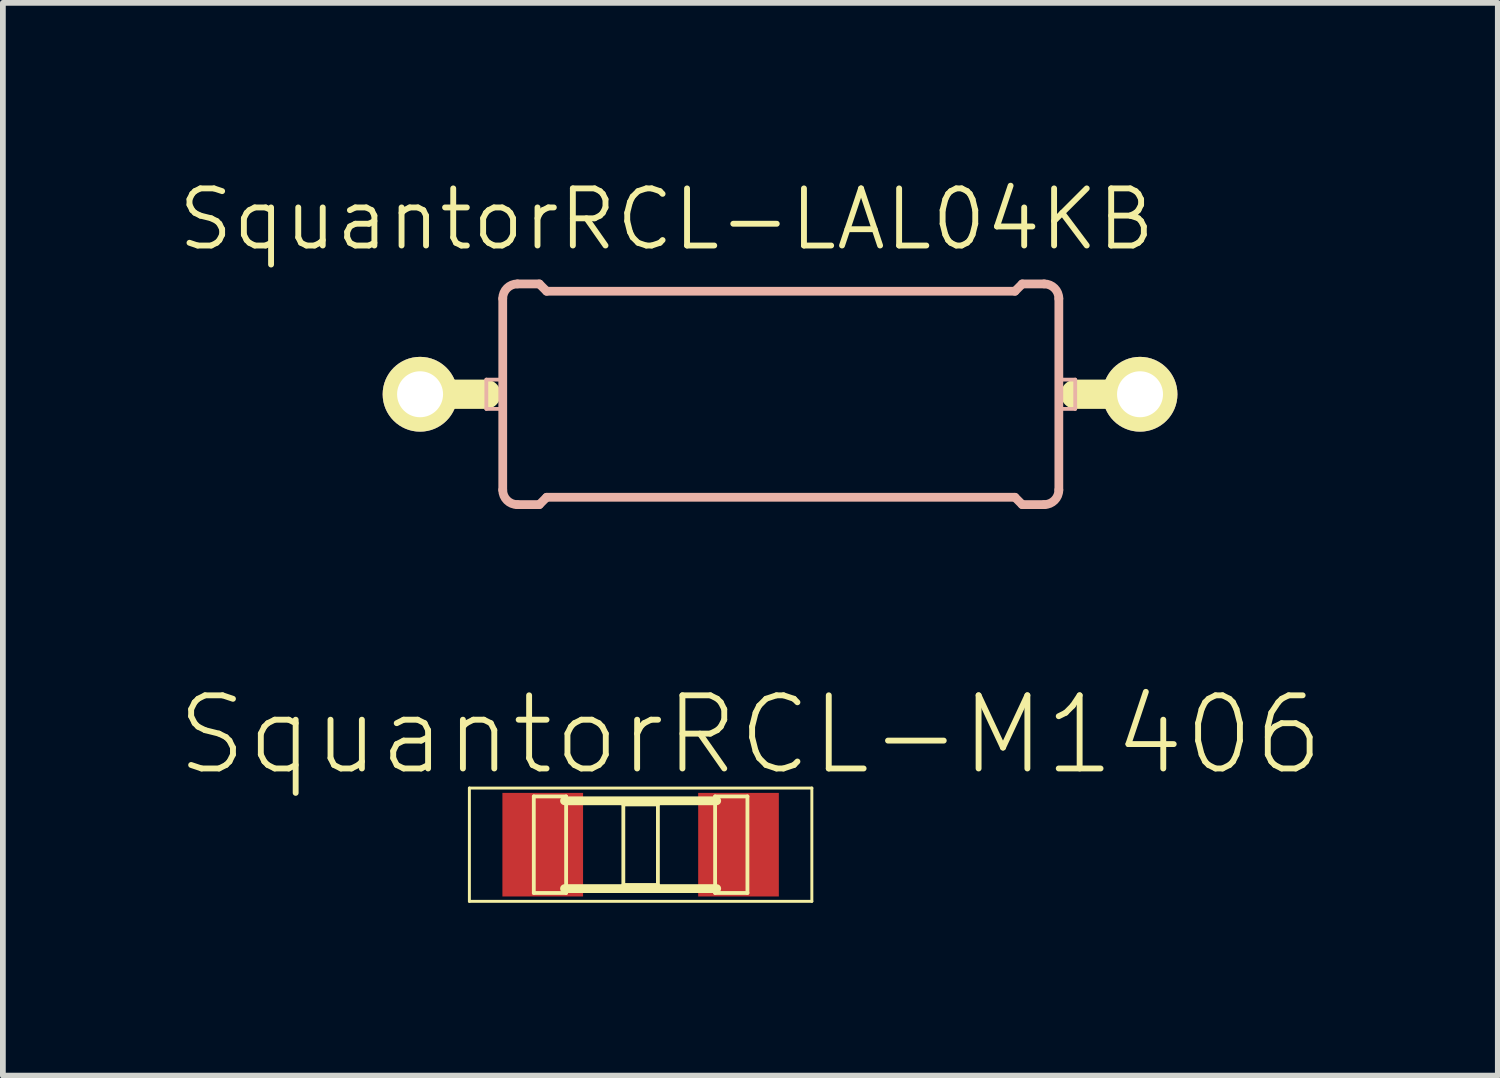
<source format=kicad_pcb>
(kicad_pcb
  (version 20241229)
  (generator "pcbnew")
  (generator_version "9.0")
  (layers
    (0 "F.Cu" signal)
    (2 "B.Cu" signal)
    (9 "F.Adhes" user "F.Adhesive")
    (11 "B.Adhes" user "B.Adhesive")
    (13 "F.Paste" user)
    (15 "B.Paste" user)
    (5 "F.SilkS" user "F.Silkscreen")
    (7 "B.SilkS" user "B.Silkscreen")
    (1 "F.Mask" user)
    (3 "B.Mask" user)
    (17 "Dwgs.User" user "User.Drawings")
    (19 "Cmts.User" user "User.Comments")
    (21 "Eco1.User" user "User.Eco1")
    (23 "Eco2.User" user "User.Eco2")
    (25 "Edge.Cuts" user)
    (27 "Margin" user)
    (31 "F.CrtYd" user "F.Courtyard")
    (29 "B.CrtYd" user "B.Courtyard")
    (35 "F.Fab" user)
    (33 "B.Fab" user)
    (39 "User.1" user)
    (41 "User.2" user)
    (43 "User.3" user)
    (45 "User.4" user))
  (footprint "SquantorRCL-M1406"
    (layer "F.Cu")
    (at 8.069 11.611)
    (property "Reference" "SquantorRCL-M1406" (at 1.905 -1.905 0) (layer "F.SilkS") (effects (font (size 1.27 1.27) (thickness 0.102))))
    (attr smd)
    (fp_line (start -2.972 -0.983) (end 2.972 -0.983) (stroke (width 0.051) (type solid)) (layer "F.SilkS"))
    (fp_line (start -2.972 0.983) (end -2.972 -0.983) (stroke (width 0.051) (type solid)) (layer "F.SilkS"))
    (fp_line (start -1.854 -0.838) (end -1.293 -0.838) (stroke (width 0.066) (type solid)) (layer "F.SilkS"))
    (fp_line (start -1.854 0.838) (end -1.854 -0.838) (stroke (width 0.066) (type solid)) (layer "F.SilkS"))
    (fp_line (start -1.854 0.838) (end -1.293 0.838) (stroke (width 0.066) (type solid)) (layer "F.SilkS"))
    (fp_line (start -1.293 0.838) (end -1.293 -0.838) (stroke (width 0.066) (type solid)) (layer "F.SilkS"))
    (fp_line (start -0.3 -0.699) (end 0.3 -0.699) (stroke (width 0.066) (type solid)) (layer "F.SilkS"))
    (fp_line (start -0.3 0.699) (end -0.3 -0.699) (stroke (width 0.066) (type solid)) (layer "F.SilkS"))
    (fp_line (start -0.3 0.699) (end 0.3 0.699) (stroke (width 0.066) (type solid)) (layer "F.SilkS"))
    (fp_line (start 0.3 0.699) (end 0.3 -0.699) (stroke (width 0.066) (type solid)) (layer "F.SilkS"))
    (fp_line (start 1.293 -0.838) (end 1.854 -0.838) (stroke (width 0.066) (type solid)) (layer "F.SilkS"))
    (fp_line (start 1.293 0.838) (end 1.293 -0.838) (stroke (width 0.066) (type solid)) (layer "F.SilkS"))
    (fp_line (start 1.293 0.838) (end 1.854 0.838) (stroke (width 0.066) (type solid)) (layer "F.SilkS"))
    (fp_line (start 1.321 -0.762) (end -1.321 -0.762) (stroke (width 0.152) (type solid)) (layer "F.SilkS"))
    (fp_line (start 1.321 0.762) (end -1.321 0.762) (stroke (width 0.152) (type solid)) (layer "F.SilkS"))
    (fp_line (start 1.854 0.838) (end 1.854 -0.838) (stroke (width 0.066) (type solid)) (layer "F.SilkS"))
    (fp_line (start 2.972 -0.983) (end 2.972 0.983) (stroke (width 0.051) (type solid)) (layer "F.SilkS"))
    (fp_line (start 2.972 0.983) (end -2.972 0.983) (stroke (width 0.051) (type solid)) (layer "F.SilkS"))
    (pad "1" smd rect (at -1.699 0) (size 1.4 1.798) (layers "F.Cu" "F.Mask" "F.Paste"))
    (pad "2" smd rect (at 1.699 0) (size 1.4 1.798) (layers "F.Cu" "F.Mask" "F.Paste")))
  (footprint "SquantorRCL-LAL04KB"
    (layer "F.Cu")
    (at 10.489 3.793)
    (property "Reference" "SquantorRCL-LAL04KB" (at -1.968 -3.035 0) (layer "F.SilkS") (effects (font (size 0.991 0.991) (thickness 0.102))))
    (attr exclude_from_pos_files exclude_from_bom)
    (fp_line (start -6.248 0) (end -5.103 0) (stroke (width 0.508) (type solid)) (layer "F.SilkS"))
    (fp_line (start 6.248 0) (end 5.128 0) (stroke (width 0.508) (type solid)) (layer "F.SilkS"))
    (fp_line (start -5.098 -0.254) (end -4.813 -0.254) (stroke (width 0.066) (type solid)) (layer "B.SilkS"))
    (fp_line (start -5.098 0.254) (end -5.098 -0.254) (stroke (width 0.066) (type solid)) (layer "B.SilkS"))
    (fp_line (start -5.098 0.254) (end -4.813 0.254) (stroke (width 0.066) (type solid)) (layer "B.SilkS"))
    (fp_line (start -4.813 0.254) (end -4.813 -0.254) (stroke (width 0.066) (type solid)) (layer "B.SilkS"))
    (fp_line (start -4.813 1.661) (end -4.813 -1.661) (stroke (width 0.152) (type solid)) (layer "B.SilkS"))
    (fp_line (start -4.559 -1.915) (end -4.178 -1.915) (stroke (width 0.152) (type solid)) (layer "B.SilkS"))
    (fp_line (start -4.559 1.915) (end -4.178 1.915) (stroke (width 0.152) (type solid)) (layer "B.SilkS"))
    (fp_line (start -4.051 -1.788) (end -4.178 -1.915) (stroke (width 0.152) (type solid)) (layer "B.SilkS"))
    (fp_line (start -4.051 1.788) (end -4.178 1.915) (stroke (width 0.152) (type solid)) (layer "B.SilkS"))
    (fp_line (start 4.077 -1.788) (end -4.051 -1.788) (stroke (width 0.152) (type solid)) (layer "B.SilkS"))
    (fp_line (start 4.077 -1.788) (end 4.204 -1.915) (stroke (width 0.152) (type solid)) (layer "B.SilkS"))
    (fp_line (start 4.077 1.788) (end -4.051 1.788) (stroke (width 0.152) (type solid)) (layer "B.SilkS"))
    (fp_line (start 4.077 1.788) (end 4.204 1.915) (stroke (width 0.152) (type solid)) (layer "B.SilkS"))
    (fp_line (start 4.585 -1.915) (end 4.204 -1.915) (stroke (width 0.152) (type solid)) (layer "B.SilkS"))
    (fp_line (start 4.585 1.915) (end 4.204 1.915) (stroke (width 0.152) (type solid)) (layer "B.SilkS"))
    (fp_line (start 4.839 -0.254) (end 5.123 -0.254) (stroke (width 0.066) (type solid)) (layer "B.SilkS"))
    (fp_line (start 4.839 0.254) (end 4.839 -0.254) (stroke (width 0.066) (type solid)) (layer "B.SilkS"))
    (fp_line (start 4.839 0.254) (end 5.123 0.254) (stroke (width 0.066) (type solid)) (layer "B.SilkS"))
    (fp_line (start 4.839 1.661) (end 4.839 -1.661) (stroke (width 0.152) (type solid)) (layer "B.SilkS"))
    (fp_line (start 5.123 0.254) (end 5.123 -0.254) (stroke (width 0.066) (type solid)) (layer "B.SilkS"))
    (fp_arc (start -4.8133 -1.66116) (mid -4.738905 -1.840765) (end -4.5593 -1.91516) (stroke (width 0.1524) (type solid)) (layer "B.SilkS"))
    (fp_arc (start -4.5593 1.91516) (mid -4.738905 1.840765) (end -4.8133 1.66116) (stroke (width 0.1524) (type solid)) (layer "B.SilkS"))
    (fp_arc (start 4.5847 -1.91516) (mid 4.764305 -1.840765) (end 4.8387 -1.66116) (stroke (width 0.1524) (type solid)) (layer "B.SilkS"))
    (fp_arc (start 4.8387 1.66116) (mid 4.764305 1.840765) (end 4.5847 1.91516) (stroke (width 0.1524) (type solid)) (layer "B.SilkS"))
    (pad "1" thru_hole circle (at -6.248 0) (size 1.298 1.298) (drill 0.798) (layers "*.Cu" "F.Mask" "F.SilkS" "F.Paste"))
    (pad "2" thru_hole circle (at 6.248 0) (size 1.298 1.298) (drill 0.798) (layers "*.Cu" "F.Mask" "F.SilkS" "F.Paste")))
  (gr_rect
    (start -3 -3)
    (end 22.947 15.619)
    (stroke (width 0.1) (type default))
    (fill no)
    (layer "Edge.Cuts")))
</source>
